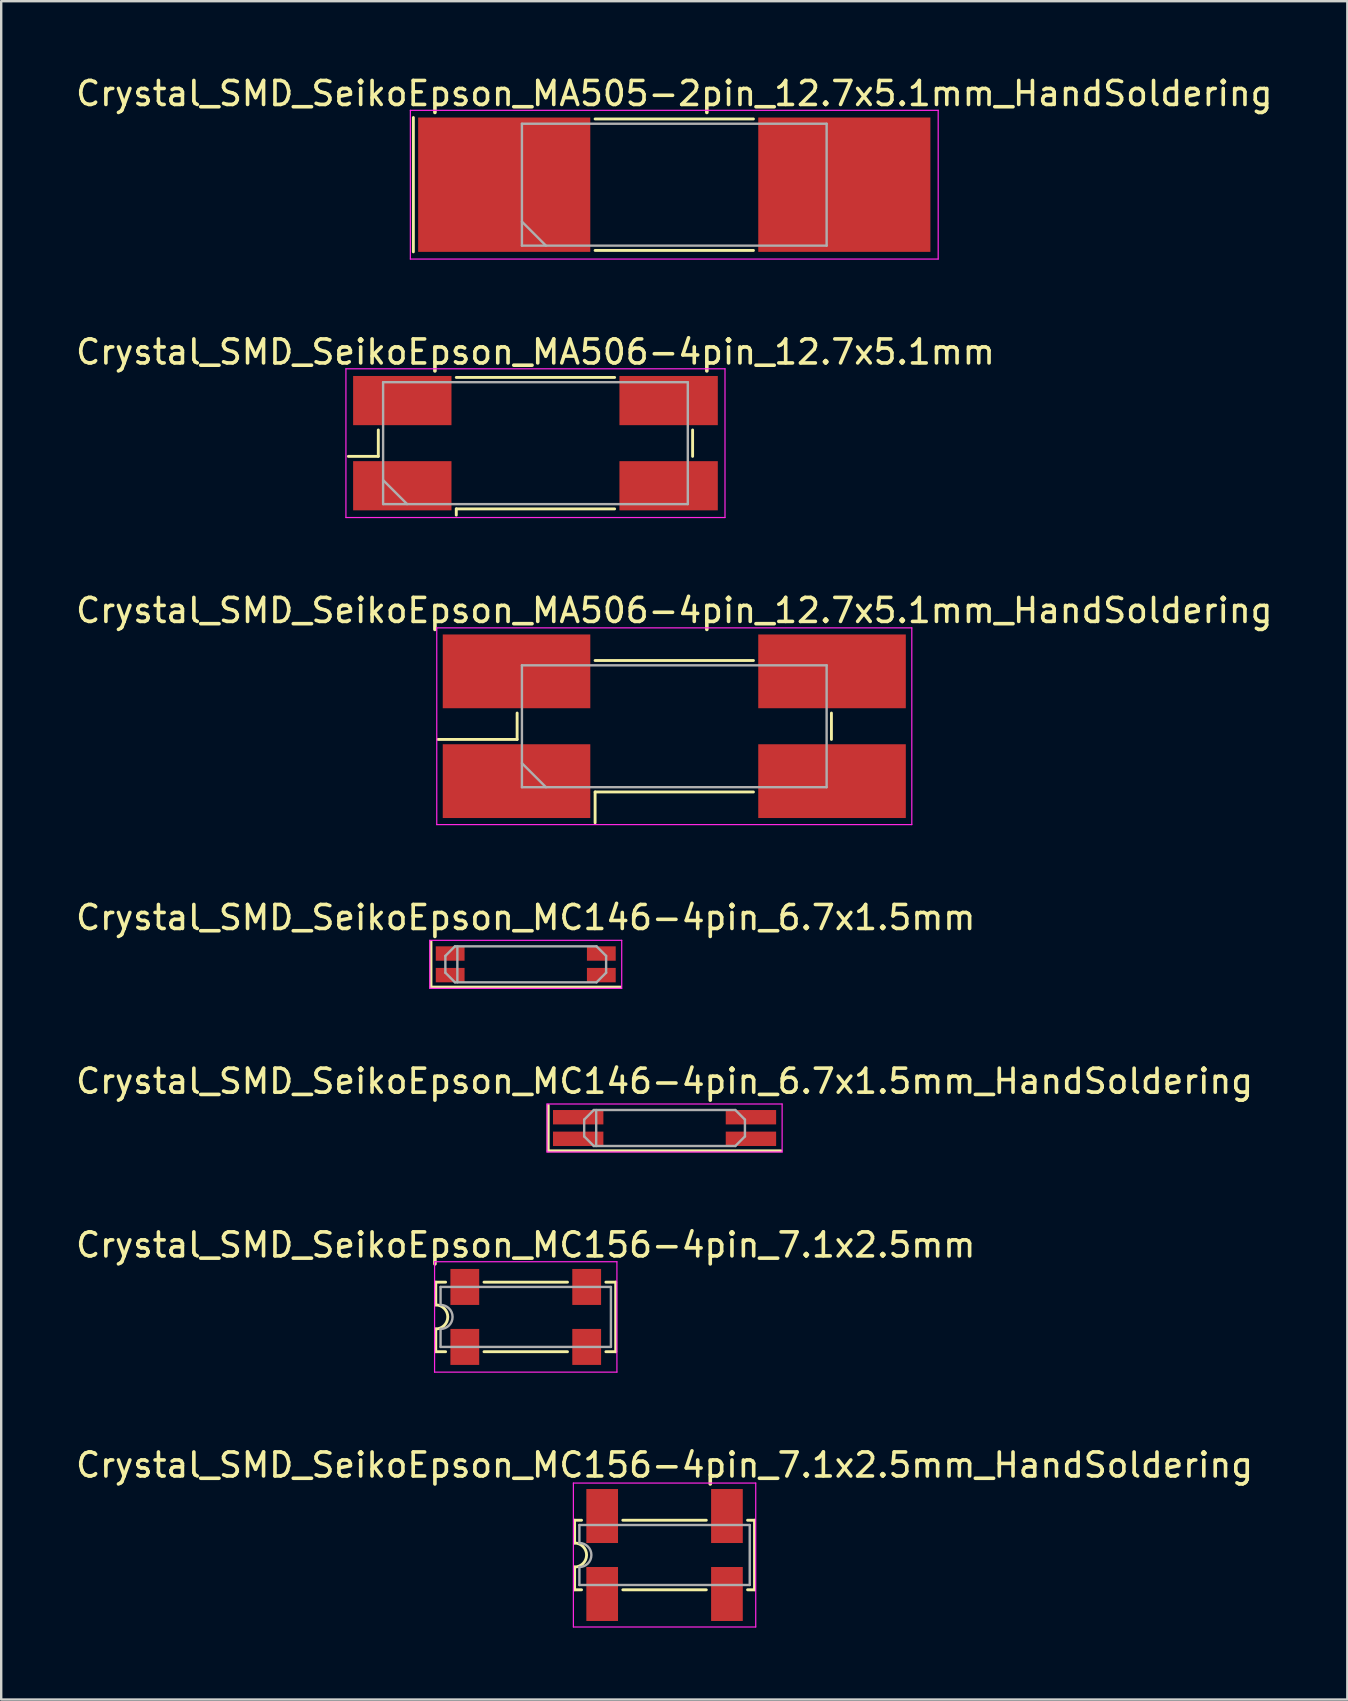
<source format=kicad_pcb>
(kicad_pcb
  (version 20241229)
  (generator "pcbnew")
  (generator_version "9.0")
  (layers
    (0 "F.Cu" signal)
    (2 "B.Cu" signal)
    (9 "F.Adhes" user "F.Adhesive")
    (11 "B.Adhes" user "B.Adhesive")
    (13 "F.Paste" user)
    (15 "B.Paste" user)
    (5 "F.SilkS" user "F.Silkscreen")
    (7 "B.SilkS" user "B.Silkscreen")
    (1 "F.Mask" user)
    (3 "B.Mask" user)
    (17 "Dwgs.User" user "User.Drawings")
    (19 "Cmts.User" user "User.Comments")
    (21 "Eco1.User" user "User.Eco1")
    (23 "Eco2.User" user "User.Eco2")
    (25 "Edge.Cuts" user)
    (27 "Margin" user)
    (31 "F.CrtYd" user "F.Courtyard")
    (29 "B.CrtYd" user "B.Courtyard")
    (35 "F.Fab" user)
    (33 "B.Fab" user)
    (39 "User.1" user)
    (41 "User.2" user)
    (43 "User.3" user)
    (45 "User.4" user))
  (footprint "Crystal_SMD_SeikoEpson_MA506-4pin_12.7x5.1mm"
    (layer "F.Cu")
    (at 19.268 15.421)
    (property "Reference" "Crystal_SMD_SeikoEpson_MA506-4pin_12.7x5.1mm" (at 0 -3.8 0) (layer "F.SilkS") (effects (font (size 1 1) (thickness 0.15))))
    (attr smd)
    (fp_line (start -7.8 0.55) (end -6.55 0.55) (stroke (width 0.12) (type solid)) (layer "F.SilkS"))
    (fp_line (start -6.55 0.55) (end -6.55 -0.55) (stroke (width 0.12) (type solid)) (layer "F.SilkS"))
    (fp_line (start -3.3 -2.74) (end 3.3 -2.74) (stroke (width 0.12) (type solid)) (layer "F.SilkS"))
    (fp_line (start -3.3 2.74) (end -3.3 3) (stroke (width 0.12) (type solid)) (layer "F.SilkS"))
    (fp_line (start 3.3 2.74) (end -3.3 2.74) (stroke (width 0.12) (type solid)) (layer "F.SilkS"))
    (fp_line (start 6.55 -0.55) (end 6.55 0.55) (stroke (width 0.12) (type solid)) (layer "F.SilkS"))
    (fp_line (start -7.9 -3.1) (end -7.9 3.1) (stroke (width 0.05) (type solid)) (layer "F.CrtYd"))
    (fp_line (start -7.9 3.1) (end 7.9 3.1) (stroke (width 0.05) (type solid)) (layer "F.CrtYd"))
    (fp_line (start 7.9 -3.1) (end -7.9 -3.1) (stroke (width 0.05) (type solid)) (layer "F.CrtYd"))
    (fp_line (start 7.9 3.1) (end 7.9 -3.1) (stroke (width 0.05) (type solid)) (layer "F.CrtYd"))
    (fp_line (start -6.35 -2.54) (end -6.35 2.54) (stroke (width 0.1) (type solid)) (layer "F.Fab"))
    (fp_line (start -6.35 1.54) (end -5.35 2.54) (stroke (width 0.1) (type solid)) (layer "F.Fab"))
    (fp_line (start -6.35 2.54) (end 6.35 2.54) (stroke (width 0.1) (type solid)) (layer "F.Fab"))
    (fp_line (start 6.35 -2.54) (end -6.35 -2.54) (stroke (width 0.1) (type solid)) (layer "F.Fab"))
    (fp_line (start 6.35 2.54) (end 6.35 -2.54) (stroke (width 0.1) (type solid)) (layer "F.Fab"))
    (pad "1" smd rect (at -5.55 1.775) (size 4.1 2.05) (layers "F.Cu" "F.Mask"))
    (pad "2" smd rect (at 5.55 1.775) (size 4.1 2.05) (layers "F.Cu" "F.Mask"))
    (pad "3" smd rect (at 5.55 -1.775) (size 4.1 2.05) (layers "F.Cu" "F.Mask"))
    (pad "4" smd rect (at -5.55 -1.775) (size 4.1 2.05) (layers "F.Cu" "F.Mask")))
  (footprint "Crystal_SMD_SeikoEpson_MC156-4pin_7.1x2.5mm_HandSoldering"
    (layer "F.Cu")
    (at 24.649 61.763)
    (property "Reference" "Crystal_SMD_SeikoEpson_MC156-4pin_7.1x2.5mm_HandSoldering" (at 0 -3.75 0) (layer "F.SilkS") (effects (font (size 1 1) (thickness 0.15))))
    (attr smd)
    (fp_line (start -3.75 -1.45) (end -3.46 -1.45) (stroke (width 0.12) (type solid)) (layer "F.SilkS"))
    (fp_line (start -3.75 -0.5) (end -3.75 -1.45) (stroke (width 0.12) (type solid)) (layer "F.SilkS"))
    (fp_line (start -3.75 1.45) (end -3.75 0.5) (stroke (width 0.12) (type solid)) (layer "F.SilkS"))
    (fp_line (start -3.75 1.45) (end -3.46 1.45) (stroke (width 0.12) (type solid)) (layer "F.SilkS"))
    (fp_line (start -1.74 -1.45) (end 1.74 -1.45) (stroke (width 0.12) (type solid)) (layer "F.SilkS"))
    (fp_line (start 1.74 1.45) (end -1.74 1.45) (stroke (width 0.12) (type solid)) (layer "F.SilkS"))
    (fp_line (start 3.46 -1.45) (end 3.75 -1.45) (stroke (width 0.12) (type solid)) (layer "F.SilkS"))
    (fp_line (start 3.75 -1.45) (end 3.75 1.45) (stroke (width 0.12) (type solid)) (layer "F.SilkS"))
    (fp_line (start 3.75 1.45) (end 3.46 1.45) (stroke (width 0.12) (type solid)) (layer "F.SilkS"))
    (fp_arc (start -3.75 -0.5) (mid -3.25 0) (end -3.75 0.5) (stroke (width 0.12) (type solid)) (layer "F.SilkS"))
    (fp_line (start -3.8 -3) (end -3.8 3) (stroke (width 0.05) (type solid)) (layer "F.CrtYd"))
    (fp_line (start -3.8 3) (end 3.8 3) (stroke (width 0.05) (type solid)) (layer "F.CrtYd"))
    (fp_line (start 3.8 -3) (end -3.8 -3) (stroke (width 0.05) (type solid)) (layer "F.CrtYd"))
    (fp_line (start 3.8 3) (end 3.8 -3) (stroke (width 0.05) (type solid)) (layer "F.CrtYd"))
    (fp_line (start -3.55 -1.25) (end 3.55 -1.25) (stroke (width 0.1) (type solid)) (layer "F.Fab"))
    (fp_line (start -3.55 -0.5) (end -3.55 -1.25) (stroke (width 0.1) (type solid)) (layer "F.Fab"))
    (fp_line (start -3.55 1.25) (end -3.55 0.5) (stroke (width 0.1) (type solid)) (layer "F.Fab"))
    (fp_line (start 3.55 -1.25) (end 3.55 1.25) (stroke (width 0.1) (type solid)) (layer "F.Fab"))
    (fp_line (start 3.55 1.25) (end -3.55 1.25) (stroke (width 0.1) (type solid)) (layer "F.Fab"))
    (fp_arc (start -3.55 -0.5) (mid -3.05 0) (end -3.55 0.5) (stroke (width 0.1) (type solid)) (layer "F.Fab"))
    (pad "1" smd rect (at -2.6 1.625) (size 1.32 2.25) (layers "F.Cu" "F.Mask"))
    (pad "2" smd rect (at 2.6 1.625) (size 1.32 2.25) (layers "F.Cu" "F.Mask"))
    (pad "3" smd rect (at 2.6 -1.625) (size 1.32 2.25) (layers "F.Cu" "F.Mask"))
    (pad "4" smd rect (at -2.6 -1.625) (size 1.32 2.25) (layers "F.Cu" "F.Mask")))
  (footprint "Crystal_SMD_SeikoEpson_MC146-4pin_6.7x1.5mm_HandSoldering"
    (layer "F.Cu")
    (at 24.649 43.966)
    (property "Reference" "Crystal_SMD_SeikoEpson_MC146-4pin_6.7x1.5mm_HandSoldering" (at 0 -1.95 0) (layer "F.SilkS") (effects (font (size 1 1) (thickness 0.15))))
    (attr smd)
    (fp_line (start -4.85 -0.95) (end -4.85 0.95) (stroke (width 0.12) (type solid)) (layer "F.SilkS"))
    (fp_line (start -4.85 0.95) (end 4.85 0.95) (stroke (width 0.12) (type solid)) (layer "F.SilkS"))
    (fp_line (start -4.9 -1) (end -4.9 1) (stroke (width 0.05) (type solid)) (layer "F.CrtYd"))
    (fp_line (start -4.9 1) (end 4.9 1) (stroke (width 0.05) (type solid)) (layer "F.CrtYd"))
    (fp_line (start 4.9 -1) (end -4.9 -1) (stroke (width 0.05) (type solid)) (layer "F.CrtYd"))
    (fp_line (start 4.9 1) (end 4.9 -1) (stroke (width 0.05) (type solid)) (layer "F.CrtYd"))
    (fp_line (start -3.35 -0.35) (end -2.95 -0.75) (stroke (width 0.1) (type solid)) (layer "F.Fab"))
    (fp_line (start -3.35 0.35) (end -3.35 -0.35) (stroke (width 0.1) (type solid)) (layer "F.Fab"))
    (fp_line (start -2.95 -0.75) (end 2.95 -0.75) (stroke (width 0.1) (type solid)) (layer "F.Fab"))
    (fp_line (start -2.95 0.75) (end -3.35 0.35) (stroke (width 0.1) (type solid)) (layer "F.Fab"))
    (fp_line (start -2.85 -0.75) (end -2.85 0.75) (stroke (width 0.1) (type solid)) (layer "F.Fab"))
    (fp_line (start 2.95 -0.75) (end 3.35 -0.35) (stroke (width 0.1) (type solid)) (layer "F.Fab"))
    (fp_line (start 2.95 0.75) (end -2.95 0.75) (stroke (width 0.1) (type solid)) (layer "F.Fab"))
    (fp_line (start 3.35 -0.35) (end 3.35 0.35) (stroke (width 0.1) (type solid)) (layer "F.Fab"))
    (fp_line (start 3.35 0.35) (end 2.95 0.75) (stroke (width 0.1) (type solid)) (layer "F.Fab"))
    (pad "1" smd rect (at -3.6 0.45) (size 2.1 0.6) (layers "F.Cu" "F.Mask"))
    (pad "2" smd rect (at 3.6 0.45) (size 2.1 0.6) (layers "F.Cu" "F.Mask"))
    (pad "3" smd rect (at 3.6 -0.45) (size 2.1 0.6) (layers "F.Cu" "F.Mask"))
    (pad "4" smd rect (at -3.6 -0.45) (size 2.1 0.6) (layers "F.Cu" "F.Mask")))
  (footprint "Crystal_SMD_SeikoEpson_MC146-4pin_6.7x1.5mm"
    (layer "F.Cu")
    (at 18.863 37.143)
    (property "Reference" "Crystal_SMD_SeikoEpson_MC146-4pin_6.7x1.5mm" (at 0 -1.95 0) (layer "F.SilkS") (effects (font (size 1 1) (thickness 0.15))))
    (attr smd)
    (fp_line (start -3.95 -0.95) (end -3.95 0.95) (stroke (width 0.12) (type solid)) (layer "F.SilkS"))
    (fp_line (start -3.95 0.95) (end 3.95 0.95) (stroke (width 0.12) (type solid)) (layer "F.SilkS"))
    (fp_line (start -4 -1) (end -4 1) (stroke (width 0.05) (type solid)) (layer "F.CrtYd"))
    (fp_line (start -4 1) (end 4 1) (stroke (width 0.05) (type solid)) (layer "F.CrtYd"))
    (fp_line (start 4 -1) (end -4 -1) (stroke (width 0.05) (type solid)) (layer "F.CrtYd"))
    (fp_line (start 4 1) (end 4 -1) (stroke (width 0.05) (type solid)) (layer "F.CrtYd"))
    (fp_line (start -3.35 -0.35) (end -2.95 -0.75) (stroke (width 0.1) (type solid)) (layer "F.Fab"))
    (fp_line (start -3.35 0.35) (end -3.35 -0.35) (stroke (width 0.1) (type solid)) (layer "F.Fab"))
    (fp_line (start -2.95 -0.75) (end 2.95 -0.75) (stroke (width 0.1) (type solid)) (layer "F.Fab"))
    (fp_line (start -2.95 0.75) (end -3.35 0.35) (stroke (width 0.1) (type solid)) (layer "F.Fab"))
    (fp_line (start -2.85 -0.75) (end -2.85 0.75) (stroke (width 0.1) (type solid)) (layer "F.Fab"))
    (fp_line (start 2.95 -0.75) (end 3.35 -0.35) (stroke (width 0.1) (type solid)) (layer "F.Fab"))
    (fp_line (start 2.95 0.75) (end -2.95 0.75) (stroke (width 0.1) (type solid)) (layer "F.Fab"))
    (fp_line (start 3.35 -0.35) (end 3.35 0.35) (stroke (width 0.1) (type solid)) (layer "F.Fab"))
    (fp_line (start 3.35 0.35) (end 2.95 0.75) (stroke (width 0.1) (type solid)) (layer "F.Fab"))
    (pad "1" smd rect (at -3.15 0.45) (size 1.2 0.6) (layers "F.Cu" "F.Mask"))
    (pad "2" smd rect (at 3.15 0.45) (size 1.2 0.6) (layers "F.Cu" "F.Mask"))
    (pad "3" smd rect (at 3.15 -0.45) (size 1.2 0.6) (layers "F.Cu" "F.Mask"))
    (pad "4" smd rect (at -3.15 -0.45) (size 1.2 0.6) (layers "F.Cu" "F.Mask")))
  (footprint "Crystal_SMD_SeikoEpson_MC156-4pin_7.1x2.5mm"
    (layer "F.Cu")
    (at 18.863 51.84)
    (property "Reference" "Crystal_SMD_SeikoEpson_MC156-4pin_7.1x2.5mm" (at 0 -3 0) (layer "F.SilkS") (effects (font (size 1 1) (thickness 0.15))))
    (attr smd)
    (fp_line (start -3.75 -1.45) (end -3.34 -1.45) (stroke (width 0.12) (type solid)) (layer "F.SilkS"))
    (fp_line (start -3.75 -0.5) (end -3.75 -1.45) (stroke (width 0.12) (type solid)) (layer "F.SilkS"))
    (fp_line (start -3.75 1.45) (end -3.75 0.5) (stroke (width 0.12) (type solid)) (layer "F.SilkS"))
    (fp_line (start -3.75 1.45) (end -3.34 1.45) (stroke (width 0.12) (type solid)) (layer "F.SilkS"))
    (fp_line (start -1.74 -1.45) (end 1.74 -1.45) (stroke (width 0.12) (type solid)) (layer "F.SilkS"))
    (fp_line (start 1.74 1.45) (end -1.74 1.45) (stroke (width 0.12) (type solid)) (layer "F.SilkS"))
    (fp_line (start 3.34 -1.45) (end 3.75 -1.45) (stroke (width 0.12) (type solid)) (layer "F.SilkS"))
    (fp_line (start 3.75 -1.45) (end 3.75 1.45) (stroke (width 0.12) (type solid)) (layer "F.SilkS"))
    (fp_line (start 3.75 1.45) (end 3.34 1.45) (stroke (width 0.12) (type solid)) (layer "F.SilkS"))
    (fp_arc (start -3.75 -0.5) (mid -3.25 0) (end -3.75 0.5) (stroke (width 0.12) (type solid)) (layer "F.SilkS"))
    (fp_line (start -3.8 -2.3) (end -3.8 2.3) (stroke (width 0.05) (type solid)) (layer "F.CrtYd"))
    (fp_line (start -3.8 2.3) (end 3.8 2.3) (stroke (width 0.05) (type solid)) (layer "F.CrtYd"))
    (fp_line (start 3.8 -2.3) (end -3.8 -2.3) (stroke (width 0.05) (type solid)) (layer "F.CrtYd"))
    (fp_line (start 3.8 2.3) (end 3.8 -2.3) (stroke (width 0.05) (type solid)) (layer "F.CrtYd"))
    (fp_line (start -3.55 -1.25) (end 3.55 -1.25) (stroke (width 0.1) (type solid)) (layer "F.Fab"))
    (fp_line (start -3.55 -0.5) (end -3.55 -1.25) (stroke (width 0.1) (type solid)) (layer "F.Fab"))
    (fp_line (start -3.55 1.25) (end -3.55 0.5) (stroke (width 0.1) (type solid)) (layer "F.Fab"))
    (fp_line (start 3.55 -1.25) (end 3.55 1.25) (stroke (width 0.1) (type solid)) (layer "F.Fab"))
    (fp_line (start 3.55 1.25) (end -3.55 1.25) (stroke (width 0.1) (type solid)) (layer "F.Fab"))
    (fp_arc (start -3.55 -0.5) (mid -3.05 0) (end -3.55 0.5) (stroke (width 0.1) (type solid)) (layer "F.Fab"))
    (pad "1" smd rect (at -2.54 1.25) (size 1.2 1.5) (layers "F.Cu" "F.Mask"))
    (pad "2" smd rect (at 2.54 1.25) (size 1.2 1.5) (layers "F.Cu" "F.Mask"))
    (pad "3" smd rect (at 2.54 -1.25) (size 1.2 1.5) (layers "F.Cu" "F.Mask"))
    (pad "4" smd rect (at -2.54 -1.25) (size 1.2 1.5) (layers "F.Cu" "F.Mask")))
  (footprint "Crystal_SMD_SeikoEpson_MA505-2pin_12.7x5.1mm_HandSoldering"
    (layer "F.Cu")
    (at 25.054 4.648)
    (property "Reference" "Crystal_SMD_SeikoEpson_MA505-2pin_12.7x5.1mm_HandSoldering" (at 0 -3.8 0) (layer "F.SilkS") (effects (font (size 1 1) (thickness 0.15))))
    (attr smd)
    (fp_line (start -10.875 -2.8) (end -10.875 2.8) (stroke (width 0.12) (type solid)) (layer "F.SilkS"))
    (fp_line (start -3.3 -2.74) (end 3.3 -2.74) (stroke (width 0.12) (type solid)) (layer "F.SilkS"))
    (fp_line (start -3.3 2.74) (end 3.3 2.74) (stroke (width 0.12) (type solid)) (layer "F.SilkS"))
    (fp_line (start -11 -3.1) (end -11 3.1) (stroke (width 0.05) (type solid)) (layer "F.CrtYd"))
    (fp_line (start -11 3.1) (end 11 3.1) (stroke (width 0.05) (type solid)) (layer "F.CrtYd"))
    (fp_line (start 11 -3.1) (end -11 -3.1) (stroke (width 0.05) (type solid)) (layer "F.CrtYd"))
    (fp_line (start 11 3.1) (end 11 -3.1) (stroke (width 0.05) (type solid)) (layer "F.CrtYd"))
    (fp_line (start -6.35 -2.54) (end -6.35 2.54) (stroke (width 0.1) (type solid)) (layer "F.Fab"))
    (fp_line (start -6.35 1.54) (end -5.35 2.54) (stroke (width 0.1) (type solid)) (layer "F.Fab"))
    (fp_line (start -6.35 2.54) (end 6.35 2.54) (stroke (width 0.1) (type solid)) (layer "F.Fab"))
    (fp_line (start 6.35 -2.54) (end -6.35 -2.54) (stroke (width 0.1) (type solid)) (layer "F.Fab"))
    (fp_line (start 6.35 2.54) (end 6.35 -2.54) (stroke (width 0.1) (type solid)) (layer "F.Fab"))
    (pad "1" smd rect (at -7.088 0) (size 7.175 5.6) (layers "F.Cu" "F.Mask"))
    (pad "2" smd rect (at 7.088 0) (size 7.175 5.6) (layers "F.Cu" "F.Mask")))
  (footprint "Crystal_SMD_SeikoEpson_MA506-4pin_12.7x5.1mm_HandSoldering"
    (layer "F.Cu")
    (at 25.054 27.22)
    (property "Reference" "Crystal_SMD_SeikoEpson_MA506-4pin_12.7x5.1mm_HandSoldering" (at 0 -4.825 0) (layer "F.SilkS") (effects (font (size 1 1) (thickness 0.15))))
    (attr smd)
    (fp_line (start -9.85 0.55) (end -6.55 0.55) (stroke (width 0.12) (type solid)) (layer "F.SilkS"))
    (fp_line (start -6.55 0.55) (end -6.55 -0.55) (stroke (width 0.12) (type solid)) (layer "F.SilkS"))
    (fp_line (start -3.3 -2.74) (end 3.3 -2.74) (stroke (width 0.12) (type solid)) (layer "F.SilkS"))
    (fp_line (start -3.3 2.74) (end -3.3 4.025) (stroke (width 0.12) (type solid)) (layer "F.SilkS"))
    (fp_line (start 3.3 2.74) (end -3.3 2.74) (stroke (width 0.12) (type solid)) (layer "F.SilkS"))
    (fp_line (start 6.55 -0.55) (end 6.55 0.55) (stroke (width 0.12) (type solid)) (layer "F.SilkS"))
    (fp_line (start -9.9 -4.1) (end -9.9 4.1) (stroke (width 0.05) (type solid)) (layer "F.CrtYd"))
    (fp_line (start -9.9 4.1) (end 9.9 4.1) (stroke (width 0.05) (type solid)) (layer "F.CrtYd"))
    (fp_line (start 9.9 -4.1) (end -9.9 -4.1) (stroke (width 0.05) (type solid)) (layer "F.CrtYd"))
    (fp_line (start 9.9 4.1) (end 9.9 -4.1) (stroke (width 0.05) (type solid)) (layer "F.CrtYd"))
    (fp_line (start -6.35 -2.54) (end -6.35 2.54) (stroke (width 0.1) (type solid)) (layer "F.Fab"))
    (fp_line (start -6.35 1.54) (end -5.35 2.54) (stroke (width 0.1) (type solid)) (layer "F.Fab"))
    (fp_line (start -6.35 2.54) (end 6.35 2.54) (stroke (width 0.1) (type solid)) (layer "F.Fab"))
    (fp_line (start 6.35 -2.54) (end -6.35 -2.54) (stroke (width 0.1) (type solid)) (layer "F.Fab"))
    (fp_line (start 6.35 2.54) (end 6.35 -2.54) (stroke (width 0.1) (type solid)) (layer "F.Fab"))
    (pad "1" smd rect (at -6.575 2.288) (size 6.15 3.075) (layers "F.Cu" "F.Mask"))
    (pad "2" smd rect (at 6.575 2.288) (size 6.15 3.075) (layers "F.Cu" "F.Mask"))
    (pad "3" smd rect (at 6.575 -2.288) (size 6.15 3.075) (layers "F.Cu" "F.Mask"))
    (pad "4" smd rect (at -6.575 -2.288) (size 6.15 3.075) (layers "F.Cu" "F.Mask")))
  (gr_rect
    (start -3 -3)
    (end 53.107 67.788)
    (stroke (width 0.1) (type default))
    (fill no)
    (layer "Edge.Cuts")))
</source>
